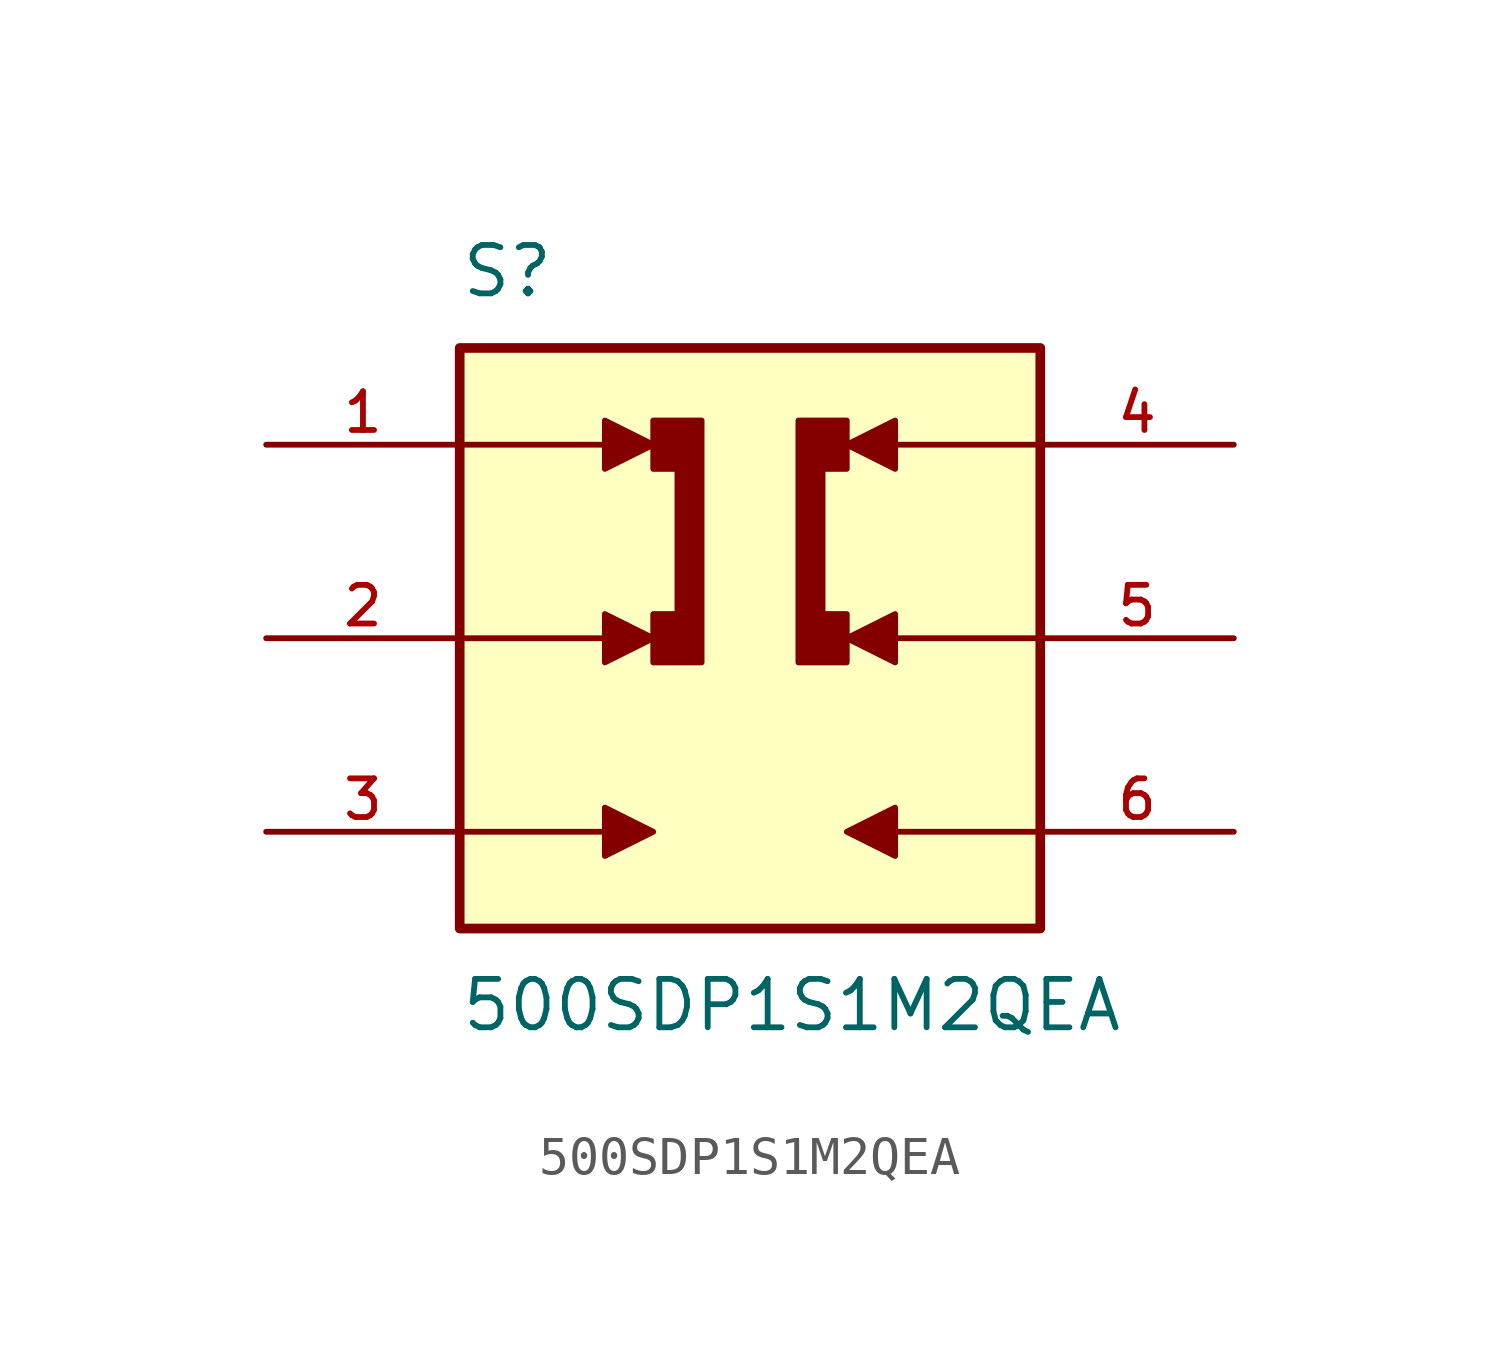
<source format=kicad_sym>
(kicad_symbol_lib
  (version 20211014)
  (generator kicad_symbol_editor)
  (symbol "500SDP1S1M2QEA"
    (pin_names
      (offset 1.016))
    (property "Reference" "S"
      (at -7.62 8.89 0)
      (effects (font (size 1.27 1.27)) (justify bottom left)))
    (property "Value" "500SDP1S1M2QEA"
      (at -7.62 -8.89 0)
      (effects (font (size 1.27 1.27)) (justify top left)))
    (symbol "500SDP1S1M2QEA_0_0"
      (polyline (pts (xy -7.62 5.08) (xy -3.81 5.08)) (stroke (width 0.152)))
      (polyline (pts (xy -3.81 5.715) (xy -3.81 4.445) (xy -2.54 5.08) (xy -3.81 5.715)) (stroke (width 0.152)) (fill (type outline)))
      (polyline (pts (xy -7.62 0.0) (xy -3.81 0.0)) (stroke (width 0.152)))
      (polyline (pts (xy -3.81 0.635) (xy -3.81 -0.635) (xy -2.54 0.0) (xy -3.81 0.635)) (stroke (width 0.152)) (fill (type outline)))
      (polyline (pts (xy -7.62 -5.08) (xy -3.81 -5.08)) (stroke (width 0.152)))
      (polyline (pts (xy -3.81 -4.445) (xy -3.81 -5.715) (xy -2.54 -5.08) (xy -3.81 -4.445)) (stroke (width 0.152)) (fill (type outline)))
      (polyline (pts (xy 7.62 5.08) (xy 3.81 5.08)) (stroke (width 0.152)))
      (polyline (pts (xy 3.81 4.445) (xy 3.81 5.715) (xy 2.54 5.08) (xy 3.81 4.445)) (stroke (width 0.152)) (fill (type outline)))
      (polyline (pts (xy 7.62 0.0) (xy 3.81 0.0)) (stroke (width 0.152)))
      (polyline (pts (xy 3.81 -0.635) (xy 3.81 0.635) (xy 2.54 0.0) (xy 3.81 -0.635)) (stroke (width 0.152)) (fill (type outline)))
      (polyline (pts (xy 7.62 -5.08) (xy 3.81 -5.08)) (stroke (width 0.152)))
      (polyline (pts (xy 3.81 -5.715) (xy 3.81 -4.445) (xy 2.54 -5.08) (xy 3.81 -5.715)) (stroke (width 0.152)) (fill (type outline)))
      (polyline (pts (xy -2.54 4.445) (xy -2.54 5.715) (xy -1.27 5.715) (xy -1.27 -0.635) (xy -2.54 -0.635) (xy -2.54 0.635) (xy -1.905 0.635) (xy -1.905 4.445) (xy -2.54 4.445)) (stroke (width 0.152)) (fill (type outline)))
      (polyline (pts (xy 2.54 0.635) (xy 2.54 -0.635) (xy 1.27 -0.635) (xy 1.27 5.715) (xy 2.54 5.715) (xy 2.54 4.445) (xy 1.905 4.445) (xy 1.905 0.635) (xy 2.54 0.635)) (stroke (width 0.152)) (fill (type outline)))
      (rectangle (start -7.62 -7.62) (end 7.62 7.62) (stroke (width 0.254)) (fill (type background)))
      (pin passive line (at -12.7 5.08 0) (length 5.08) (name "~" (effects (font (size 1.016 1.016)))) (number "1" (effects (font (size 1.016 1.016)))))
      (pin passive line (at -12.7 0.0 0) (length 5.08) (name "~" (effects (font (size 1.016 1.016)))) (number "2" (effects (font (size 1.016 1.016)))))
      (pin passive line (at -12.7 -5.08 0) (length 5.08) (name "~" (effects (font (size 1.016 1.016)))) (number "3" (effects (font (size 1.016 1.016)))))
      (pin passive line (at 12.7 5.08 180.0) (length 5.08) (name "~" (effects (font (size 1.016 1.016)))) (number "4" (effects (font (size 1.016 1.016)))))
      (pin passive line (at 12.7 0.0 180.0) (length 5.08) (name "~" (effects (font (size 1.016 1.016)))) (number "5" (effects (font (size 1.016 1.016)))))
      (pin passive line (at 12.7 -5.08 180.0) (length 5.08) (name "~" (effects (font (size 1.016 1.016)))) (number "6" (effects (font (size 1.016 1.016))))))))
</source>
